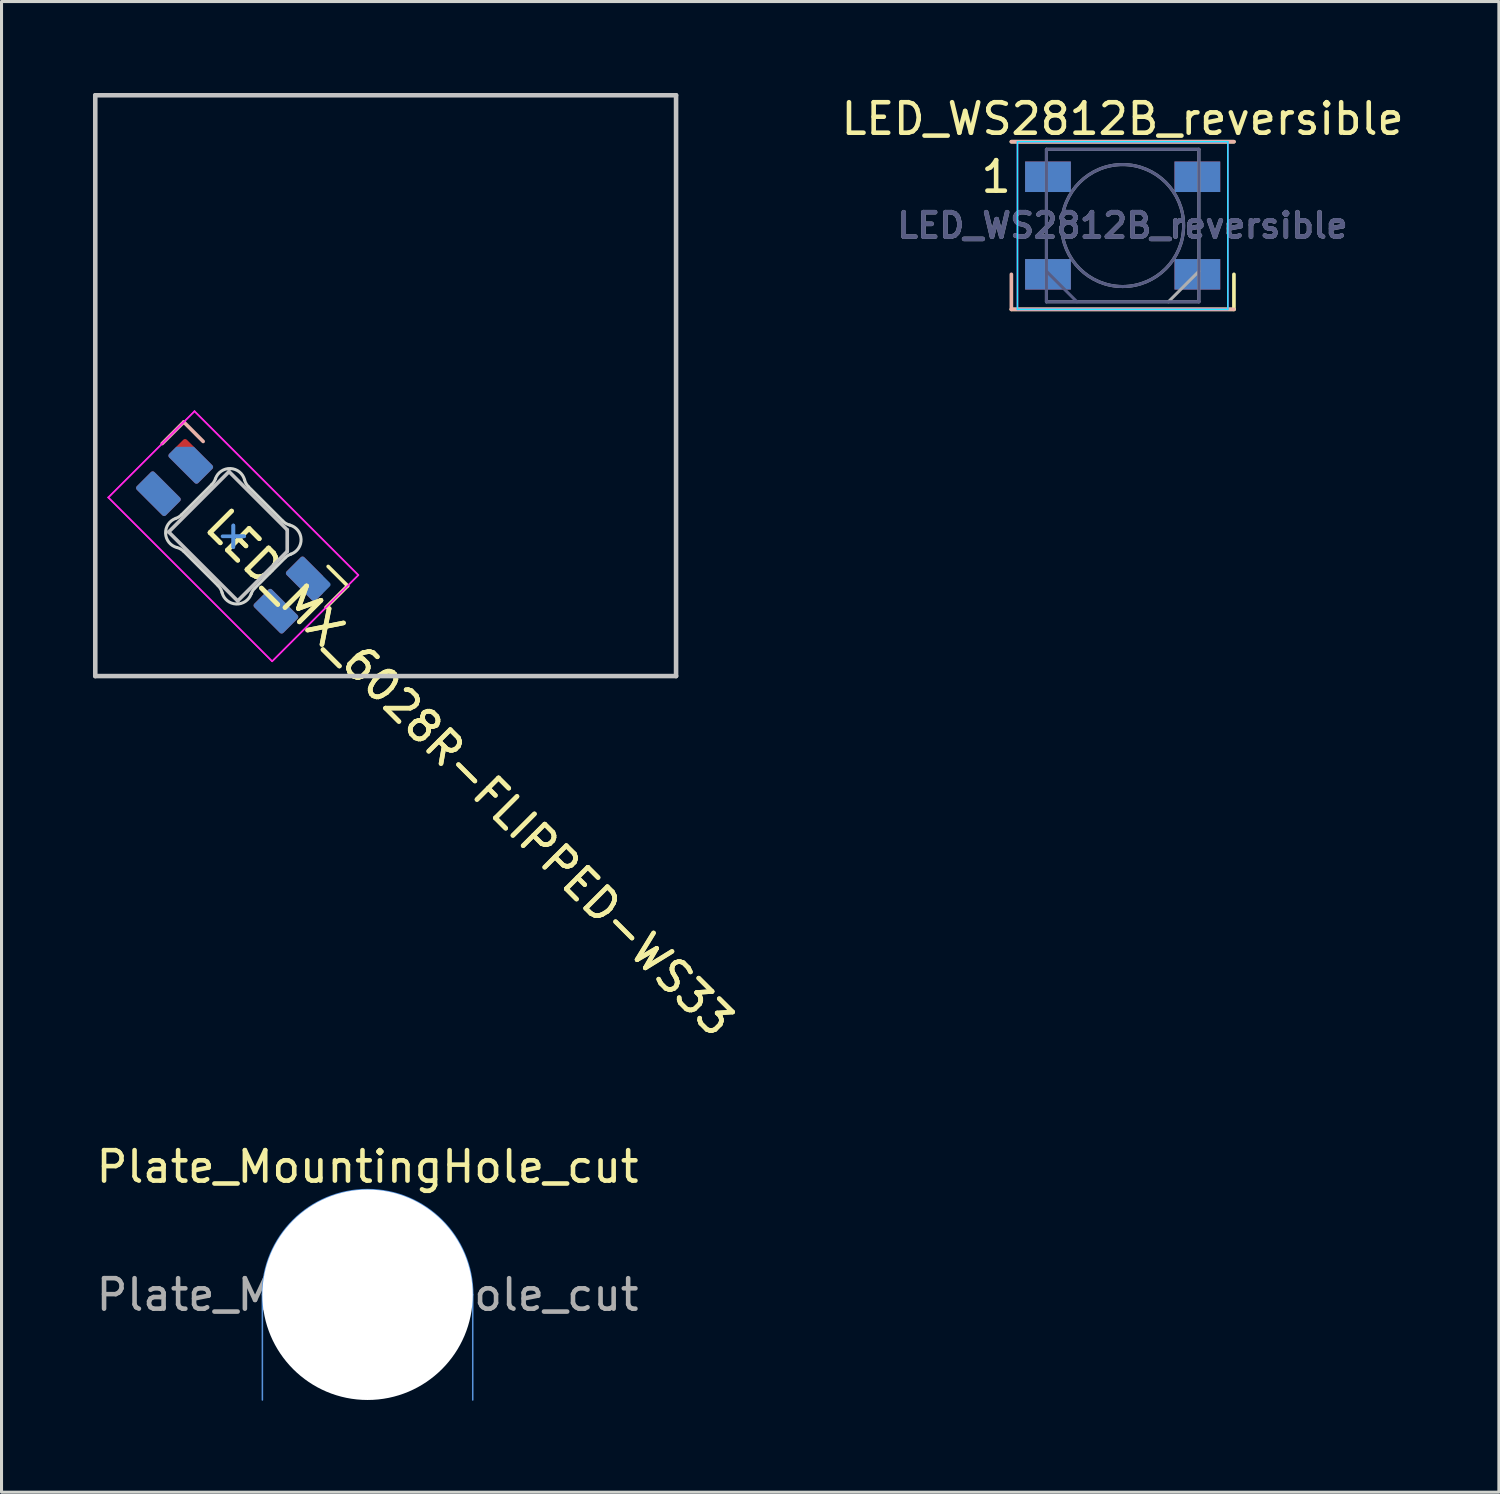
<source format=kicad_pcb>
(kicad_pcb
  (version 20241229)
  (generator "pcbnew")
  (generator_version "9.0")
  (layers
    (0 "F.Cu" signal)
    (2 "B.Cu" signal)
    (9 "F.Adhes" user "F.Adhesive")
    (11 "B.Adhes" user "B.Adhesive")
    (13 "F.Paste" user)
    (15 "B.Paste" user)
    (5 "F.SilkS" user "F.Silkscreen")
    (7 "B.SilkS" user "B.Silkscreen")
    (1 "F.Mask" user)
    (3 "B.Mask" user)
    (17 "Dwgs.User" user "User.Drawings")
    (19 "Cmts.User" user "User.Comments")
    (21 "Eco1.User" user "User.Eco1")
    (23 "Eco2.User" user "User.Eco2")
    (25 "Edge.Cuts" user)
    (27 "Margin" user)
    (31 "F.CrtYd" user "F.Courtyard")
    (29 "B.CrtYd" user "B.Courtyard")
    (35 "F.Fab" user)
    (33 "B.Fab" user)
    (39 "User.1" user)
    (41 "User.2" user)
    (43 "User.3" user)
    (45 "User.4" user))
  (footprint "LED_WS2812B_reversible"
    (layer "F.Cu")
    (at 33.773 4.348)
    (property "Reference" "LED_WS2812B_reversible" (at 0 -3.5 0) (layer "F.SilkS") (effects (font (size 1 1) (thickness 0.15))))
    (attr smd)
    (fp_line (start -3.65 -2.75) (end 3.65 -2.75) (stroke (width 0.12) (type solid)) (layer "F.SilkS"))
    (fp_line (start -3.65 2.75) (end 3.65 2.75) (stroke (width 0.12) (type solid)) (layer "F.SilkS"))
    (fp_line (start 3.65 2.75) (end 3.65 1.6) (stroke (width 0.12) (type solid)) (layer "F.SilkS"))
    (fp_line (start -3.65 -2.75) (end 3.65 -2.75) (stroke (width 0.12) (type solid)) (layer "B.SilkS"))
    (fp_line (start -3.65 1.6) (end -3.65 2.75) (stroke (width 0.12) (type solid)) (layer "B.SilkS"))
    (fp_line (start -3.65 2.75) (end 3.65 2.75) (stroke (width 0.12) (type solid)) (layer "B.SilkS"))
    (fp_line (start -3.45 -2.75) (end -3.45 2.75) (stroke (width 0.05) (type solid)) (layer "B.CrtYd"))
    (fp_line (start -3.45 2.75) (end 3.45 2.75) (stroke (width 0.05) (type solid)) (layer "B.CrtYd"))
    (fp_line (start 3.45 -2.75) (end -3.45 -2.75) (stroke (width 0.05) (type solid)) (layer "B.CrtYd"))
    (fp_line (start 3.45 2.75) (end 3.45 -2.75) (stroke (width 0.05) (type solid)) (layer "B.CrtYd"))
    (fp_line (start -3.45 -2.75) (end -3.45 2.75) (stroke (width 0.05) (type solid)) (layer "F.CrtYd"))
    (fp_line (start -3.45 2.75) (end 3.45 2.75) (stroke (width 0.05) (type solid)) (layer "F.CrtYd"))
    (fp_line (start 3.45 -2.75) (end -3.45 -2.75) (stroke (width 0.05) (type solid)) (layer "F.CrtYd"))
    (fp_line (start 3.45 2.75) (end 3.45 -2.75) (stroke (width 0.05) (type solid)) (layer "F.CrtYd"))
    (fp_line (start -2.5 -2.5) (end -2.5 2.5) (stroke (width 0.1) (type solid)) (layer "B.Fab"))
    (fp_line (start -2.5 1.5) (end -1.5 2.5) (stroke (width 0.1) (type solid)) (layer "B.Fab"))
    (fp_line (start -2.5 2.5) (end 2.5 2.5) (stroke (width 0.1) (type solid)) (layer "B.Fab"))
    (fp_line (start 2.5 -2.5) (end -2.5 -2.5) (stroke (width 0.1) (type solid)) (layer "B.Fab"))
    (fp_line (start 2.5 2.5) (end 2.5 -2.5) (stroke (width 0.1) (type solid)) (layer "B.Fab"))
    (fp_circle (center 0 0) (end 2 0) (stroke (width 0.1) (type solid)) (fill no) (layer "B.Fab"))
    (fp_line (start -2.5 -2.5) (end -2.5 2.5) (stroke (width 0.1) (type solid)) (layer "F.Fab"))
    (fp_line (start -2.5 2.5) (end 2.5 2.5) (stroke (width 0.1) (type solid)) (layer "F.Fab"))
    (fp_line (start 2.5 -2.5) (end -2.5 -2.5) (stroke (width 0.1) (type solid)) (layer "F.Fab"))
    (fp_line (start 2.5 1.5) (end 1.5 2.5) (stroke (width 0.1) (type solid)) (layer "F.Fab"))
    (fp_line (start 2.5 2.5) (end 2.5 -2.5) (stroke (width 0.1) (type solid)) (layer "F.Fab"))
    (fp_circle (center 0 0) (end 0 -2) (stroke (width 0.1) (type solid)) (fill no) (layer "F.Fab"))
    (fp_text user "1" (at -4.15 -1.6 0) (layer "F.SilkS") (effects (font (size 1 1) (thickness 0.15))))
    (fp_text user "${REFERENCE}" (at 0 0 0) (layer "B.Fab") (effects (font (size 0.8 0.8) (thickness 0.15))))
    (fp_text user "${REFERENCE}" (at 0 0 0) (layer "F.Fab") (effects (font (size 0.8 0.8) (thickness 0.15))))
    (pad "1" smd rect (at -2.45 -1.6) (size 1.5 1) (layers "F.Cu" "F.Mask" "F.Paste"))
    (pad "1" smd rect (at 2.45 -1.6) (size 1.5 1) (layers "B.Cu" "B.Mask" "B.Paste"))
    (pad "2" smd rect (at -2.45 1.6) (size 1.5 1) (layers "F.Cu" "F.Mask" "F.Paste"))
    (pad "2" smd rect (at 2.45 1.6) (size 1.5 1) (layers "B.Cu" "B.Mask" "B.Paste"))
    (pad "3" smd rect (at -2.45 1.6) (size 1.5 1) (layers "B.Cu" "B.Mask" "B.Paste"))
    (pad "3" smd rect (at 2.45 1.6) (size 1.5 1) (layers "F.Cu" "F.Mask" "F.Paste"))
    (pad "4" smd rect (at -2.45 -1.6) (size 1.5 1) (layers "B.Cu" "B.Mask" "B.Paste"))
    (pad "4" smd rect (at 2.45 -1.6) (size 1.5 1) (layers "F.Cu" "F.Mask" "F.Paste")))
  (footprint "LED_MX_6028R-FLIPPED-WS33"
    (layer "F.Cu")
    (at 9.6 9.6)
    (property "Reference" "LED_MX_6028R-FLIPPED-WS33" (at -5.677 4.259 315) (layer "F.SilkS") (effects (font (size 1 1) (thickness 0.15)) (justify left)))
    (attr smd)
    (fp_line (start -1.956 7.273) (end -1.249 6.566) (stroke (width 0.12) (type solid)) (layer "F.SilkS"))
    (fp_line (start -1.249 6.566) (end -1.886 5.93) (stroke (width 0.12) (type solid)) (layer "F.SilkS"))
    (fp_line (start -7.33 1.899) (end -6.623 1.192) (stroke (width 0.12) (type solid)) (layer "B.SilkS"))
    (fp_line (start -6.623 1.192) (end -5.987 1.829) (stroke (width 0.12) (type solid)) (layer "B.SilkS"))
    (fp_line (start -9.525 -9.525) (end -9.525 9.525) (stroke (width 0.15) (type solid)) (layer "Dwgs.User"))
    (fp_line (start -9.525 9.525) (end 9.525 9.525) (stroke (width 0.15) (type solid)) (layer "Dwgs.User"))
    (fp_line (start -7.118 4.799) (end -5.138 2.819) (stroke (width 0.12) (type solid)) (layer "Dwgs.User"))
    (fp_line (start -5.138 2.819) (end -3.229 4.728) (stroke (width 0.12) (type solid)) (layer "Dwgs.User"))
    (fp_line (start -4.855 7.061) (end -7.118 4.799) (stroke (width 0.12) (type solid)) (layer "Dwgs.User"))
    (fp_line (start -3.229 5.435) (end -4.855 7.061) (stroke (width 0.12) (type solid)) (layer "Dwgs.User"))
    (fp_line (start -3.229 5.435) (end -3.229 4.728) (stroke (width 0.12) (type solid)) (layer "Dwgs.User"))
    (fp_line (start 9.525 -9.525) (end -9.525 -9.525) (stroke (width 0.15) (type solid)) (layer "Dwgs.User"))
    (fp_line (start 9.525 9.525) (end 9.525 -9.525) (stroke (width 0.15) (type solid)) (layer "Dwgs.User"))
    (fp_line (start -5.35 4.94) (end -4.997 4.94) (stroke (width 0.12) (type solid)) (layer "Cmts.User"))
    (fp_line (start -4.997 4.94) (end -4.997 5.294) (stroke (width 0.12) (type solid)) (layer "Cmts.User"))
    (fp_line (start -4.997 4.94) (end -4.997 5.294) (stroke (width 0.12) (type solid)) (layer "Cmts.User"))
    (fp_line (start -4.997 4.94) (end -4.643 4.94) (stroke (width 0.12) (type solid)) (layer "Cmts.User"))
    (fp_line (start -4.997 4.94) (end -4.643 4.94) (stroke (width 0.12) (type solid)) (layer "Cmts.User"))
    (fp_line (start -4.997 4.586) (end -4.997 4.94) (stroke (width 0.12) (type solid)) (layer "Cmts.User"))
    (fp_line (start -4.997 4.586) (end -4.997 4.94) (stroke (width 0.12) (type solid)) (layer "Cmts.User"))
    (fp_line (start -6.619 5.439) (end -5.496 6.562) (stroke (width 0.1) (type solid)) (layer "Edge.Cuts"))
    (fp_line (start -5.702 3.241) (end -6.696 4.235) (stroke (width 0.1) (type solid)) (layer "Edge.Cuts"))
    (fp_line (start -4.292 6.639) (end -3.298 5.645) (stroke (width 0.1) (type solid)) (layer "Edge.Cuts"))
    (fp_line (start -3.374 4.441) (end -4.498 3.318) (stroke (width 0.1) (type solid)) (layer "Edge.Cuts"))
    (fp_arc (start -6.845869 5.308819) (mid -7.218581 4.845223) (end -6.88419 4.353269) (stroke (width 0.1) (type solid)) (layer "Edge.Cuts"))
    (fp_arc (start -6.845869 5.308819) (mid -6.723885 5.358787) (end -6.6192 5.438899) (stroke (width 0.1) (type solid)) (layer "Edge.Cuts"))
    (fp_arc (start -6.695843 4.234906) (mid -6.78335 4.304696) (end -6.88419 4.353269) (stroke (width 0.1) (type solid)) (layer "Edge.Cuts"))
    (fp_arc (start -5.583508 3.052589) (mid -5.632083 3.153429) (end -5.701873 3.240936) (stroke (width 0.1) (type solid)) (layer "Edge.Cuts"))
    (fp_arc (start -5.583508 3.052589) (mid -5.091554 2.718199) (end -4.62796 3.090912) (stroke (width 0.1) (type solid)) (layer "Edge.Cuts"))
    (fp_arc (start -5.495673 6.562424) (mid -5.415563 6.667109) (end -5.365594 6.789092) (stroke (width 0.1) (type solid)) (layer "Edge.Cuts"))
    (fp_arc (start -4.49788 3.317578) (mid -4.57799 3.212893) (end -4.627958 3.090911) (stroke (width 0.1) (type solid)) (layer "Edge.Cuts"))
    (fp_arc (start -4.410046 6.827413) (mid -4.901998 7.161803) (end -5.365594 6.789092) (stroke (width 0.1) (type solid)) (layer "Edge.Cuts"))
    (fp_arc (start -4.410046 6.827413) (mid -4.361486 6.726564) (end -4.291681 6.639068) (stroke (width 0.1) (type solid)) (layer "Edge.Cuts"))
    (fp_arc (start -3.297711 5.645097) (mid -3.210203 5.575309) (end -3.109364 5.526733) (stroke (width 0.1) (type solid)) (layer "Edge.Cuts"))
    (fp_arc (start -3.147685 4.571183) (mid -3.269668 4.521214) (end -3.374354 4.441104) (stroke (width 0.1) (type solid)) (layer "Edge.Cuts"))
    (fp_arc (start -3.147685 4.571183) (mid -2.774973 5.034779) (end -3.109366 5.526733) (stroke (width 0.1) (type solid)) (layer "Edge.Cuts"))
    (fp_line (start -9.098 3.667) (end -6.27 0.839) (stroke (width 0.05) (type solid)) (layer "F.CrtYd"))
    (fp_line (start -9.098 3.667) (end -6.27 0.839) (stroke (width 0.05) (type solid)) (layer "F.CrtYd"))
    (fp_line (start -6.27 0.839) (end -0.896 6.213) (stroke (width 0.05) (type solid)) (layer "F.CrtYd"))
    (fp_line (start -6.27 0.839) (end -0.896 6.213) (stroke (width 0.05) (type solid)) (layer "F.CrtYd"))
    (fp_line (start -3.724 9.041) (end -9.098 3.667) (stroke (width 0.05) (type solid)) (layer "F.CrtYd"))
    (fp_line (start -3.724 9.041) (end -9.098 3.667) (stroke (width 0.05) (type solid)) (layer "F.CrtYd"))
    (fp_line (start -0.896 6.213) (end -3.724 9.041) (stroke (width 0.05) (type solid)) (layer "F.CrtYd"))
    (fp_line (start -0.896 6.213) (end -3.724 9.041) (stroke (width 0.05) (type solid)) (layer "F.CrtYd"))
    (fp_text user "${REFERENCE}" (at -5.677 4.259 315) (layer "F.SilkS") (effects (font (size 1 1) (thickness 0.15)) (justify left)))
    (pad "1" smd roundrect (at -7.454 3.543 225) (size 0.82 1.35) (layers "F.Cu" "F.Mask" "F.Paste") (roundrect_rratio 0.1))
    (pad "1" smd roundrect (at -3.6 7.397 45) (size 0.82 1.35) (layers "B.Cu" "B.Mask" "B.Paste") (roundrect_rratio 0.1))
    (pad "2" smd roundrect (at -6.393 2.483 225) (size 0.82 1.35) (layers "F.Cu" "F.Mask" "F.Paste") (roundrect_rratio 0.1))
    (pad "2" smd roundrect (at -2.54 6.337 45) (size 0.82 1.35) (layers "B.Cu" "B.Mask" "B.Paste") (roundrect_rratio 0.1))
    (pad "3" smd roundrect (at -7.454 3.543 45) (size 0.82 1.35) (layers "B.Cu" "B.Mask" "B.Paste") (roundrect_rratio 0.1))
    (pad "3" smd roundrect (at -3.6 7.397 225) (size 0.82 1.35) (layers "F.Cu" "F.Mask" "F.Paste") (roundrect_rratio 0.1))
    (pad "4" smd roundrect (at -6.393 2.483 45) (size 0.82 1.35) (layers "B.Cu" "B.Mask" "B.Paste") (roundrect_rratio 0.1) (chamfer_ratio 0.5) (chamfer top_right))
    (pad "4" smd roundrect (at -2.54 6.337 225) (size 0.82 1.35) (layers "F.Cu" "F.Mask" "F.Paste") (roundrect_rratio 0.1) (chamfer_ratio 0.5) (chamfer top_left)))
  (footprint "Plate_MountingHole_cut"
    (layer "F.Cu")
    (at 9.006 39.419)
    (property "Reference" "Plate_MountingHole_cut" (at 0 -4.2 0) (layer "F.SilkS") (effects (font (size 1 1) (thickness 0.15))))
    (attr exclude_from_pos_files exclude_from_bom)
    (fp_line (start -3.45 0) (end -3.45 3.45) (stroke (width 0.05) (type solid)) (layer "Cmts.User"))
    (fp_line (start 3.45 0) (end 3.45 3.45) (stroke (width 0.05) (type solid)) (layer "Cmts.User"))
    (fp_arc (start -3.45 0) (mid 0 -3.45) (end 3.45 0) (stroke (width 0.05) (type solid)) (layer "Cmts.User"))
    (fp_circle (center 0 0) (end 3.2 0) (stroke (width 0.15) (type solid)) (fill no) (layer "Cmts.User"))
    (fp_text user "${REFERENCE}" (at 0 0 0) (layer "F.Fab") (effects (font (size 1 1) (thickness 0.15))))
    (pad "" np_thru_hole circle (at 0 0) (size 6.9 6.9) (drill 6.9) (layers "*.Cu" "*.Mask")))
  (gr_rect
    (start -3 -3)
    (end 46.113 45.894)
    (stroke (width 0.1) (type default))
    (fill no)
    (layer "Edge.Cuts")))
</source>
